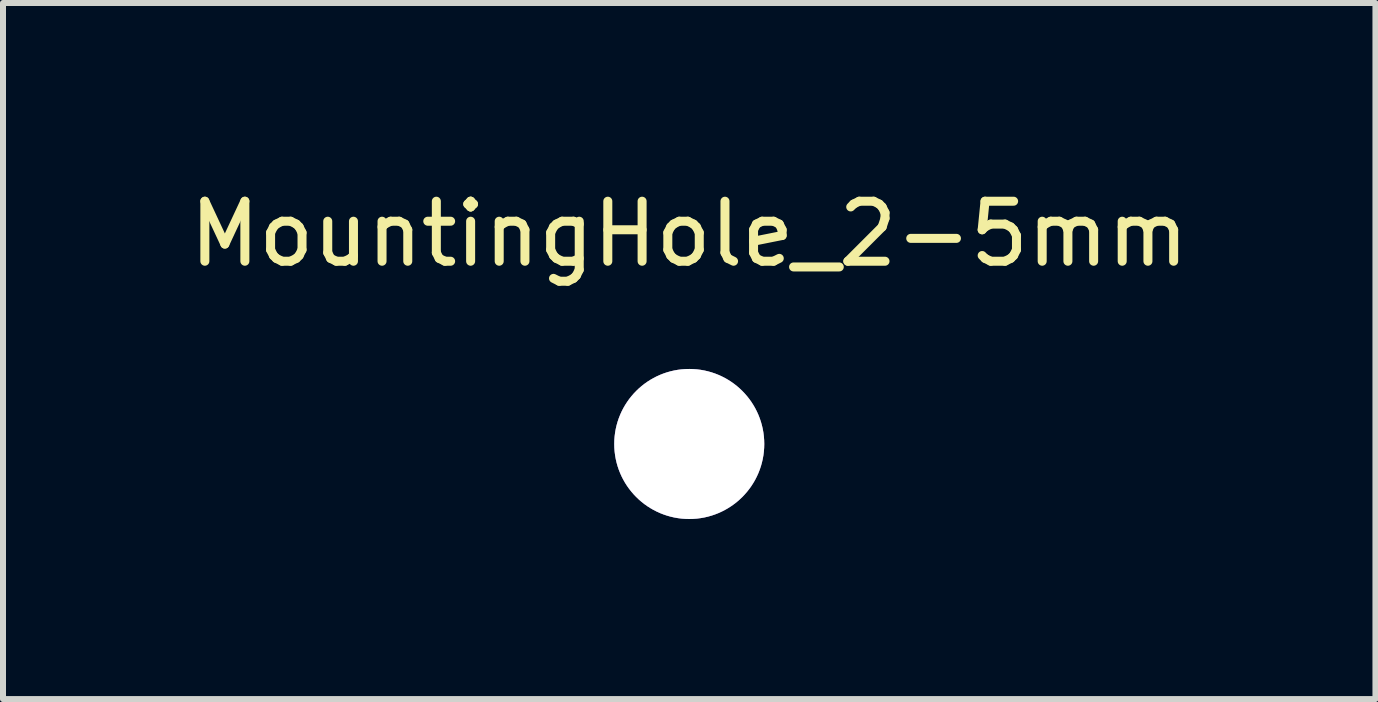
<source format=kicad_pcb>
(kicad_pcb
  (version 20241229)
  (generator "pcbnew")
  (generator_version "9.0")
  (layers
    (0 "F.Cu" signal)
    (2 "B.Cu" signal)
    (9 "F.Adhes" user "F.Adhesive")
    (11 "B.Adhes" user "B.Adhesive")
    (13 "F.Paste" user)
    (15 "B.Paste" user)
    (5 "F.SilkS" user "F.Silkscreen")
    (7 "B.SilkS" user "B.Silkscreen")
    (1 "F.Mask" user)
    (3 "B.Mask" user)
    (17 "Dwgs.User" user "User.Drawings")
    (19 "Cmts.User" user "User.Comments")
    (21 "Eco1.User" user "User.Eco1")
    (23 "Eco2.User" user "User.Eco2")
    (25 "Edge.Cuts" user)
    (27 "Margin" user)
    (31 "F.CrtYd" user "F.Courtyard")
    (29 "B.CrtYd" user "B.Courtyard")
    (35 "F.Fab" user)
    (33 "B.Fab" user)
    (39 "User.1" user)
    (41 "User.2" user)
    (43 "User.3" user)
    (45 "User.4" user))
  (footprint "MountingHole_2-5mm"
    (layer "F.Cu")
    (at 8.435 4.348)
    (property "Reference" "MountingHole_2-5mm" (at 0 -3.5 0) (layer "F.SilkS") (effects (font (size 1 1) (thickness 0.15))))
    (attr through_hole)
    (pad "1" thru_hole circle (at 0 0) (size 2.5 2.5) (drill 2.5) (layers "*.Cu")))
  (gr_rect
    (start -3 -3)
    (end 19.869 8.598)
    (stroke (width 0.1) (type default))
    (fill no)
    (layer "Edge.Cuts")))
</source>
